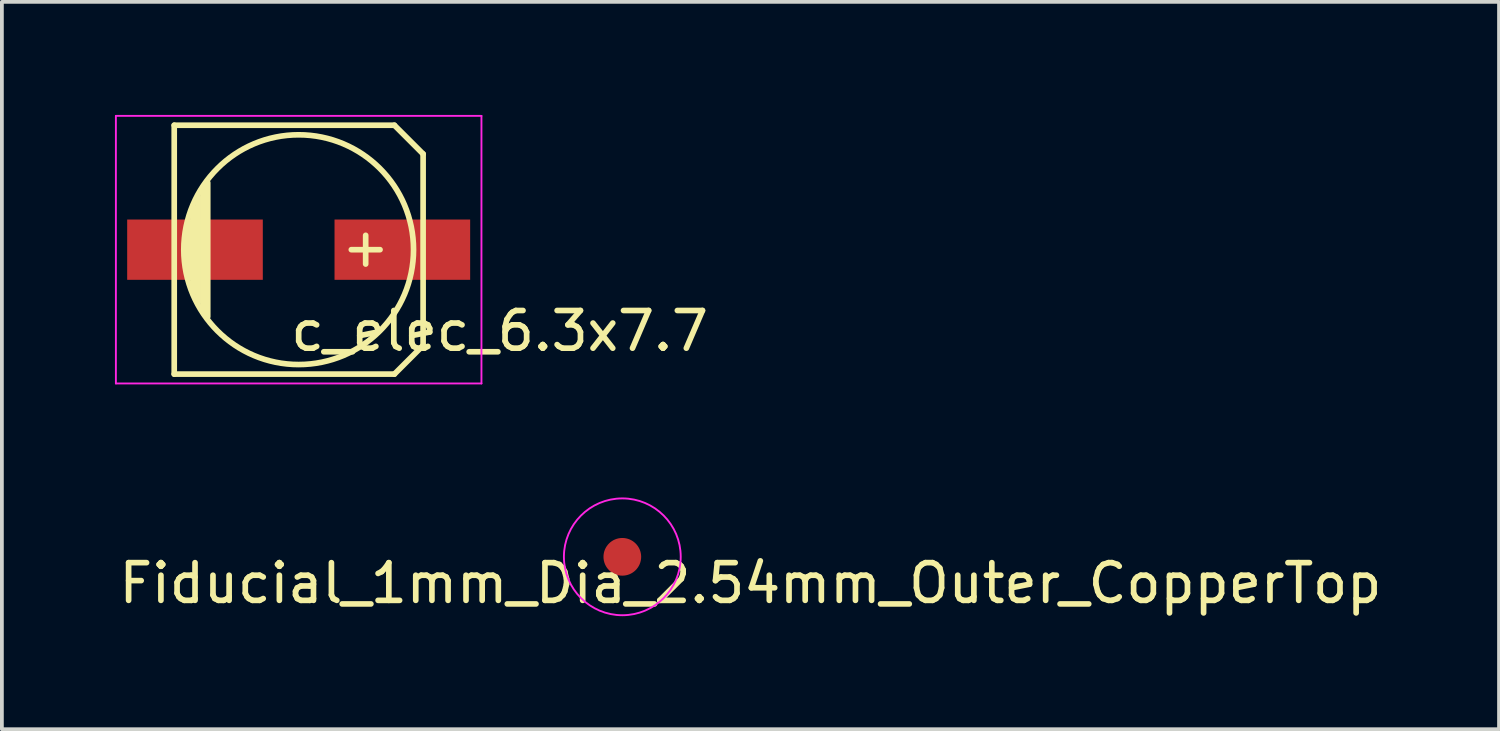
<source format=kicad_pcb>
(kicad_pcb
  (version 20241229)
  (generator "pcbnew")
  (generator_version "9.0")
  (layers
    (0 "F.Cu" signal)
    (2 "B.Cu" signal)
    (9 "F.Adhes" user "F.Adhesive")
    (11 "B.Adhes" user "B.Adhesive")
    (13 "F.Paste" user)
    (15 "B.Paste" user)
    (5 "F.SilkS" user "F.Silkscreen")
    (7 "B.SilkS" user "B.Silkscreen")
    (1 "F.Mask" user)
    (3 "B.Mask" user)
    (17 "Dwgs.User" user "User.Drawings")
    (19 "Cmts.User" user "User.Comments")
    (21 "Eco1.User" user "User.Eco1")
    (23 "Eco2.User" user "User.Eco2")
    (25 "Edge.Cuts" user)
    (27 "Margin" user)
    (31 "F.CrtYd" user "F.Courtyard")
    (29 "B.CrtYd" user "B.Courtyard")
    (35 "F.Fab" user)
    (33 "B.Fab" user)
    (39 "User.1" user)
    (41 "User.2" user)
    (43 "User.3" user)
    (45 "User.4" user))
  (footprint "Fiducial_1mm_Dia_2.54mm_Outer_CopperTop"
    (layer "F.Cu")
    (at 13.463 11.725)
    (property "Reference" "Fiducial_1mm_Dia_2.54mm_Outer_CopperTop" (at 3.4 0.7 0) (layer "F.SilkS") (effects (font (size 1 1) (thickness 0.15))))
    (attr exclude_from_pos_files exclude_from_bom)
    (fp_circle (center 0 0) (end 1.55 0) (stroke (width 0.05) (type solid)) (fill no) (layer "F.CrtYd"))
    (pad "~" smd circle (at 0 0) (size 1 1) (layers "F.Cu" "F.Mask")))
  (footprint "c_elec_6.3x7.7"
    (layer "F.Cu")
    (at 4.875 3.575)
    (property "Reference" "c_elec_6.3x7.7" (at 5.334 2.159 0) (layer "F.SilkS") (effects (font (size 1 1) (thickness 0.15))))
    (attr smd)
    (fp_line (start -3.302 -3.302) (end -3.302 3.302) (stroke (width 0.15) (type solid)) (layer "F.SilkS"))
    (fp_line (start -3.302 3.302) (end 2.54 3.302) (stroke (width 0.15) (type solid)) (layer "F.SilkS"))
    (fp_line (start -2.921 -0.762) (end -2.921 0.762) (stroke (width 0.15) (type solid)) (layer "F.SilkS"))
    (fp_line (start -2.794 1.143) (end -2.794 -1.143) (stroke (width 0.15) (type solid)) (layer "F.SilkS"))
    (fp_line (start -2.667 -1.397) (end -2.667 1.397) (stroke (width 0.15) (type solid)) (layer "F.SilkS"))
    (fp_line (start -2.54 1.651) (end -2.54 -1.651) (stroke (width 0.15) (type solid)) (layer "F.SilkS"))
    (fp_line (start -2.413 -1.778) (end -2.413 1.778) (stroke (width 0.15) (type solid)) (layer "F.SilkS"))
    (fp_line (start 1.778 -0.381) (end 1.778 0.381) (stroke (width 0.15) (type solid)) (layer "F.SilkS"))
    (fp_line (start 2.159 0) (end 1.397 0) (stroke (width 0.15) (type solid)) (layer "F.SilkS"))
    (fp_line (start 2.54 -3.302) (end -3.302 -3.302) (stroke (width 0.15) (type solid)) (layer "F.SilkS"))
    (fp_line (start 2.54 3.302) (end 3.302 2.54) (stroke (width 0.15) (type solid)) (layer "F.SilkS"))
    (fp_line (start 3.302 -2.54) (end 2.54 -3.302) (stroke (width 0.15) (type solid)) (layer "F.SilkS"))
    (fp_line (start 3.302 2.54) (end 3.302 -2.54) (stroke (width 0.15) (type solid)) (layer "F.SilkS"))
    (fp_circle (center 0 0) (end -3.048 0) (stroke (width 0.15) (type solid)) (fill no) (layer "F.SilkS"))
    (fp_line (start -4.85 -3.55) (end 4.85 -3.55) (stroke (width 0.05) (type solid)) (layer "F.CrtYd"))
    (fp_line (start -4.85 3.55) (end -4.85 -3.55) (stroke (width 0.05) (type solid)) (layer "F.CrtYd"))
    (fp_line (start 4.85 -3.55) (end 4.85 3.55) (stroke (width 0.05) (type solid)) (layer "F.CrtYd"))
    (fp_line (start 4.85 3.55) (end -4.85 3.55) (stroke (width 0.05) (type solid)) (layer "F.CrtYd"))
    (pad "1" smd rect (at 2.751 0) (size 3.599 1.6) (layers "F.Cu" "F.Mask" "F.Paste"))
    (pad "2" smd rect (at -2.751 0) (size 3.599 1.6) (layers "F.Cu" "F.Mask" "F.Paste")))
  (gr_rect
    (start -3 -3)
    (end 36.726 16.3)
    (stroke (width 0.1) (type default))
    (fill no)
    (layer "Edge.Cuts")))
</source>
